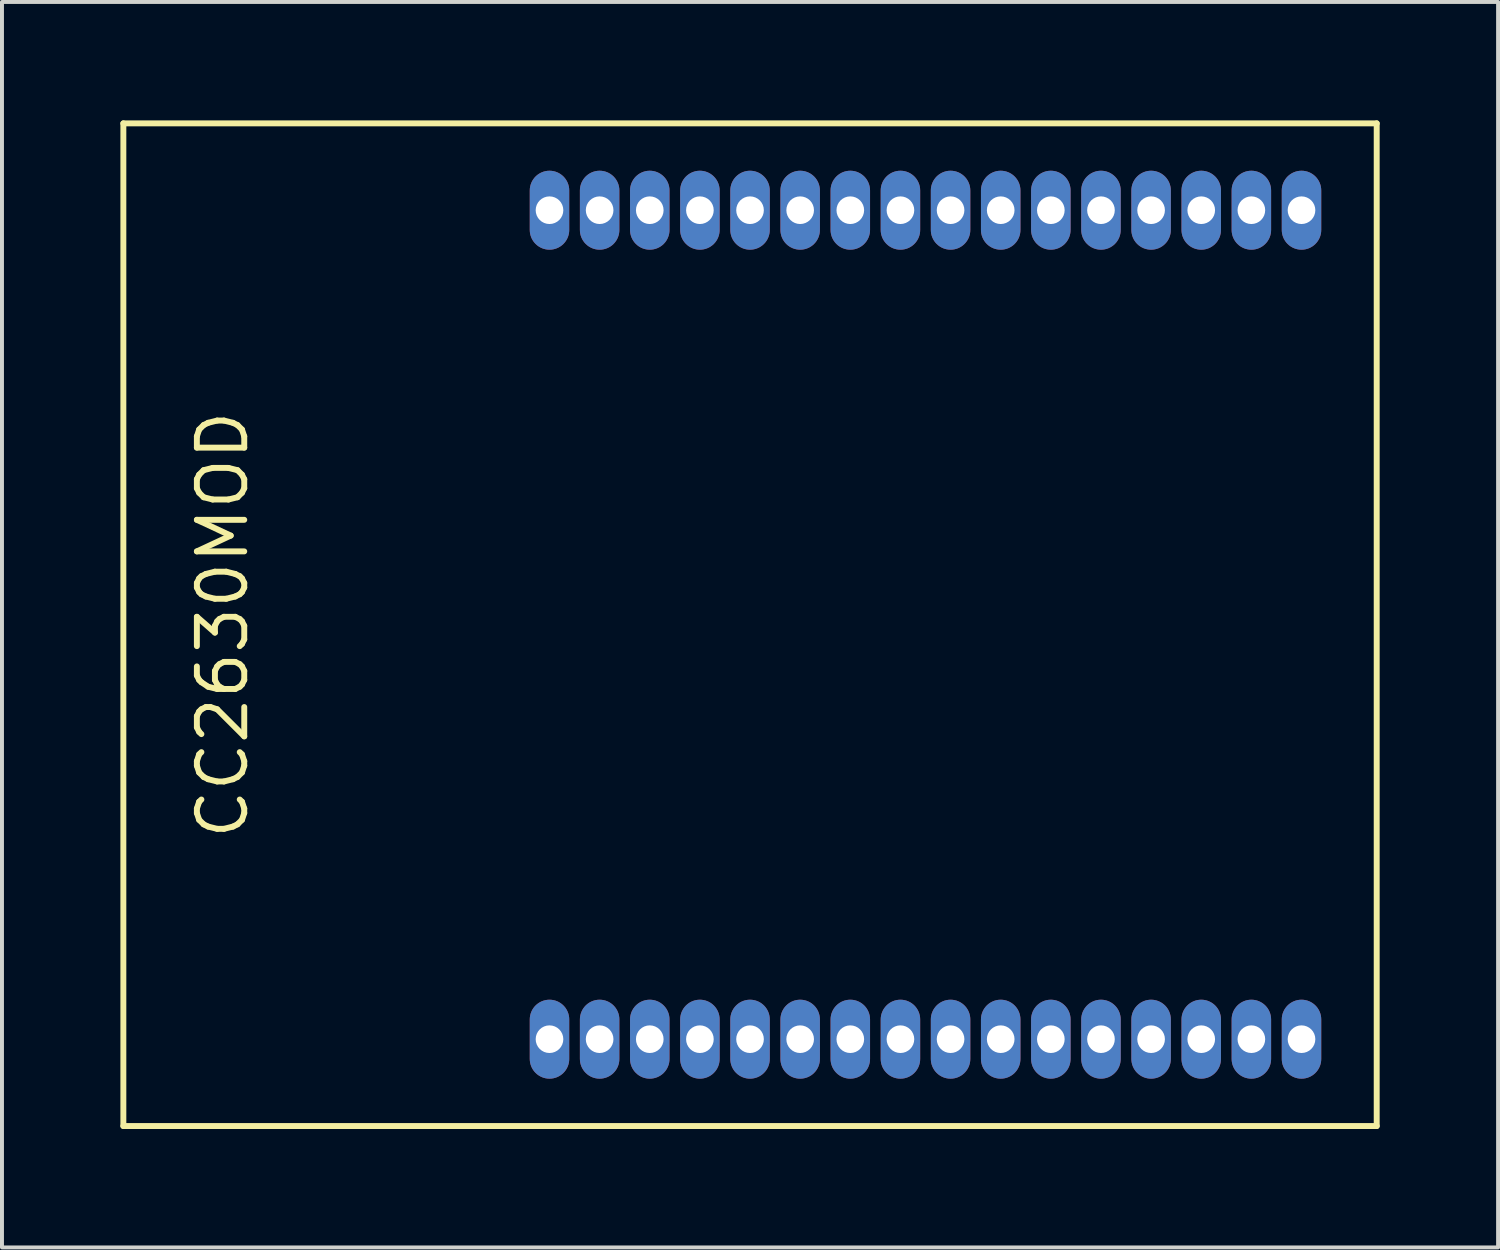
<source format=kicad_pcb>
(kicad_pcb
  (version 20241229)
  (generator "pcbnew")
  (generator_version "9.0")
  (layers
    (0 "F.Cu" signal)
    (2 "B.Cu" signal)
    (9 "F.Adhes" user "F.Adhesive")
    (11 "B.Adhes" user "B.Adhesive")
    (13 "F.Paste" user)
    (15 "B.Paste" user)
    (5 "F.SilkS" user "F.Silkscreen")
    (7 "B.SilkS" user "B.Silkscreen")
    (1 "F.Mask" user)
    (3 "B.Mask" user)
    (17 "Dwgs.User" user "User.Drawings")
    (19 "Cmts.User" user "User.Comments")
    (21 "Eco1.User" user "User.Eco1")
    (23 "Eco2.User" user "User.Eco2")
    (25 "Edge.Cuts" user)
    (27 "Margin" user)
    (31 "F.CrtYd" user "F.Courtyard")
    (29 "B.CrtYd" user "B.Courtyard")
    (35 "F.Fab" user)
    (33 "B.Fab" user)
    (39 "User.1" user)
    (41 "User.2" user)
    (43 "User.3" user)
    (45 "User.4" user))
  (footprint "CC2630MOD"
    (layer "F.Cu")
    (at 20.395 12.775)
    (property "Reference" "CC2630MOD" (at -17.805 0 90) (layer "F.SilkS") (effects (font (size 1.2 1.2) (thickness 0.15))))
    (attr through_hole)
    (fp_line (start -20.32 -12.7) (end -20.32 12.7) (stroke (width 0.15) (type solid)) (layer "F.SilkS"))
    (fp_line (start -20.32 12.7) (end 11.43 12.7) (stroke (width 0.15) (type solid)) (layer "F.SilkS"))
    (fp_line (start 11.43 -12.7) (end -20.32 -12.7) (stroke (width 0.15) (type solid)) (layer "F.SilkS"))
    (fp_line (start 11.43 -12.7) (end 11.43 12.7) (stroke (width 0.15) (type solid)) (layer "F.SilkS"))
    (pad "1" thru_hole oval (at -9.525 10.5) (size 1 2) (drill 0.7) (layers "*.Cu" "*.Mask"))
    (pad "2" thru_hole oval (at -8.255 10.5) (size 1 2) (drill 0.7) (layers "*.Cu" "*.Mask"))
    (pad "3" thru_hole oval (at -6.985 10.5) (size 1 2) (drill 0.7) (layers "*.Cu" "*.Mask"))
    (pad "4" thru_hole oval (at -5.715 10.5) (size 1 2) (drill 0.7) (layers "*.Cu" "*.Mask"))
    (pad "5" thru_hole oval (at -4.445 10.5) (size 1 2) (drill 0.7) (layers "*.Cu" "*.Mask"))
    (pad "6" thru_hole oval (at -3.175 10.5) (size 1 2) (drill 0.7) (layers "*.Cu" "*.Mask"))
    (pad "7" thru_hole oval (at -1.905 10.5) (size 1 2) (drill 0.7) (layers "*.Cu" "*.Mask"))
    (pad "8" thru_hole oval (at -0.635 10.5) (size 1 2) (drill 0.7) (layers "*.Cu" "*.Mask"))
    (pad "9" thru_hole oval (at 0.635 10.5) (size 1 2) (drill 0.7) (layers "*.Cu" "*.Mask"))
    (pad "10" thru_hole oval (at 1.905 10.5) (size 1 2) (drill 0.7) (layers "*.Cu" "*.Mask"))
    (pad "11" thru_hole oval (at 3.175 10.5) (size 1 2) (drill 0.7) (layers "*.Cu" "*.Mask"))
    (pad "12" thru_hole oval (at 4.445 10.5) (size 1 2) (drill 0.7) (layers "*.Cu" "*.Mask"))
    (pad "13" thru_hole oval (at 5.715 10.5) (size 1 2) (drill 0.7) (layers "*.Cu" "*.Mask"))
    (pad "14" thru_hole oval (at 6.985 10.5) (size 1 2) (drill 0.7) (layers "*.Cu" "*.Mask"))
    (pad "15" thru_hole oval (at 8.255 10.5) (size 1 2) (drill 0.7) (layers "*.Cu" "*.Mask"))
    (pad "16" thru_hole oval (at 9.525 10.5) (size 1 2) (drill 0.7) (layers "*.Cu" "*.Mask"))
    (pad "17" thru_hole oval (at 9.525 -10.5) (size 1 2) (drill 0.7) (layers "*.Cu" "*.Mask"))
    (pad "18" thru_hole oval (at 8.255 -10.5) (size 1 2) (drill 0.7) (layers "*.Cu" "*.Mask"))
    (pad "19" thru_hole oval (at 6.985 -10.5) (size 1 2) (drill 0.7) (layers "*.Cu" "*.Mask"))
    (pad "20" thru_hole oval (at 5.715 -10.5) (size 1 2) (drill 0.7) (layers "*.Cu" "*.Mask"))
    (pad "21" thru_hole oval (at 4.445 -10.5) (size 1 2) (drill 0.7) (layers "*.Cu" "*.Mask"))
    (pad "22" thru_hole oval (at 3.175 -10.5) (size 1 2) (drill 0.7) (layers "*.Cu" "*.Mask"))
    (pad "23" thru_hole oval (at 1.905 -10.5) (size 1 2) (drill 0.7) (layers "*.Cu" "*.Mask"))
    (pad "24" thru_hole oval (at 0.635 -10.5) (size 1 2) (drill 0.7) (layers "*.Cu" "*.Mask"))
    (pad "25" thru_hole oval (at -0.635 -10.5) (size 1 2) (drill 0.7) (layers "*.Cu" "*.Mask"))
    (pad "26" thru_hole oval (at -1.905 -10.5) (size 1 2) (drill 0.7) (layers "*.Cu" "*.Mask"))
    (pad "27" thru_hole oval (at -3.175 -10.5) (size 1 2) (drill 0.7) (layers "*.Cu" "*.Mask"))
    (pad "28" thru_hole oval (at -4.445 -10.5) (size 1 2) (drill 0.7) (layers "*.Cu" "*.Mask"))
    (pad "29" thru_hole oval (at -5.715 -10.5) (size 1 2) (drill 0.7) (layers "*.Cu" "*.Mask"))
    (pad "30" thru_hole oval (at -6.985 -10.5) (size 1 2) (drill 0.7) (layers "*.Cu" "*.Mask"))
    (pad "31" thru_hole oval (at -8.255 -10.5) (size 1 2) (drill 0.7) (layers "*.Cu" "*.Mask"))
    (pad "32" thru_hole oval (at -9.525 -10.5) (size 1 2) (drill 0.7) (layers "*.Cu" "*.Mask")))
  (gr_rect
    (start -3 -3)
    (end 34.9 28.55)
    (stroke (width 0.1) (type default))
    (fill no)
    (layer "Edge.Cuts")))
</source>
